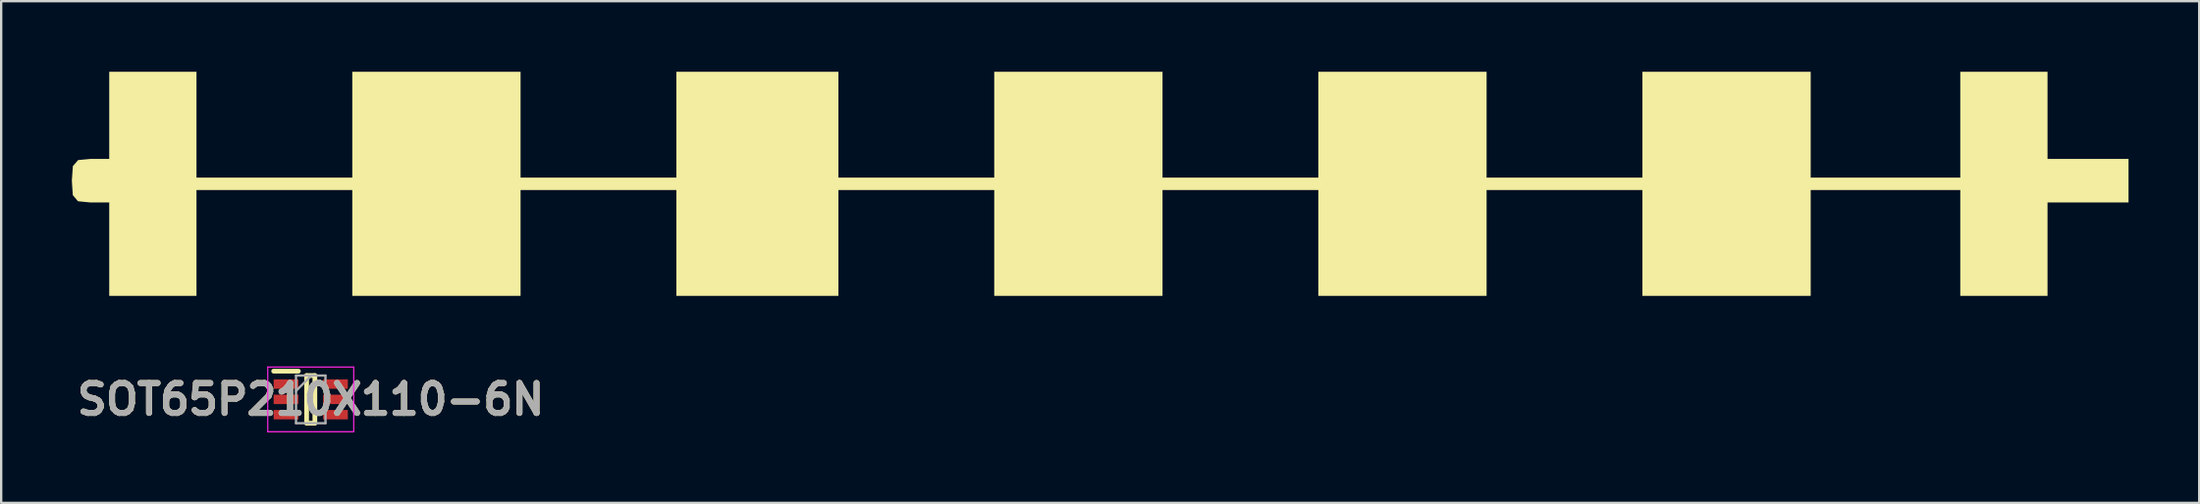
<source format=kicad_pcb>
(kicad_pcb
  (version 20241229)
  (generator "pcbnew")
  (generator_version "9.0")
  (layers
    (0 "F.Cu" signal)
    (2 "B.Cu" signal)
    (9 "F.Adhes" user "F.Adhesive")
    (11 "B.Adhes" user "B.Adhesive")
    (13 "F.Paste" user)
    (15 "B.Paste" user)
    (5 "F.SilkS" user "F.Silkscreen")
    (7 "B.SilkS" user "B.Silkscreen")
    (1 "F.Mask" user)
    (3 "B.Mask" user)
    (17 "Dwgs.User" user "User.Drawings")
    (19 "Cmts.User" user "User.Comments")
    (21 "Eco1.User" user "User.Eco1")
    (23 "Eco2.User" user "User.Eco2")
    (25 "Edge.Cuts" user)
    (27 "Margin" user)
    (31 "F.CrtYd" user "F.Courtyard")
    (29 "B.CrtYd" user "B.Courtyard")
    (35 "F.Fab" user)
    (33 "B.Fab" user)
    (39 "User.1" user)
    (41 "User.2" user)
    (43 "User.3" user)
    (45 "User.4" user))
  (footprint "SOT65P210X110-6N"
    (layer "F.Cu")
    (at 10.142 13.925)
    (property "Reference" "SOT65P210X110-6N" (at 0 0 0) (layer "F.SilkS") (effects (font (size 1.27 1.27) (thickness 0.254))))
    (attr smd)
    (fp_line (start -1.575 -1.2) (end -0.525 -1.2) (stroke (width 0.2) (type solid)) (layer "F.SilkS"))
    (fp_line (start -0.175 -1.012) (end 0.175 -1.012) (stroke (width 0.2) (type solid)) (layer "F.SilkS"))
    (fp_line (start -0.175 1.012) (end -0.175 -1.012) (stroke (width 0.2) (type solid)) (layer "F.SilkS"))
    (fp_line (start 0.175 -1.012) (end 0.175 1.012) (stroke (width 0.2) (type solid)) (layer "F.SilkS"))
    (fp_line (start 0.175 1.012) (end -0.175 1.012) (stroke (width 0.2) (type solid)) (layer "F.SilkS"))
    (fp_line (start -1.825 -1.375) (end 1.825 -1.375) (stroke (width 0.05) (type solid)) (layer "F.CrtYd"))
    (fp_line (start -1.825 1.375) (end -1.825 -1.375) (stroke (width 0.05) (type solid)) (layer "F.CrtYd"))
    (fp_line (start 1.825 -1.375) (end 1.825 1.375) (stroke (width 0.05) (type solid)) (layer "F.CrtYd"))
    (fp_line (start 1.825 1.375) (end -1.825 1.375) (stroke (width 0.05) (type solid)) (layer "F.CrtYd"))
    (fp_line (start -0.625 -1.012) (end 0.625 -1.012) (stroke (width 0.1) (type solid)) (layer "F.Fab"))
    (fp_line (start -0.625 -0.362) (end 0.025 -1.012) (stroke (width 0.1) (type solid)) (layer "F.Fab"))
    (fp_line (start -0.625 1.012) (end -0.625 -1.012) (stroke (width 0.1) (type solid)) (layer "F.Fab"))
    (fp_line (start 0.625 -1.012) (end 0.625 1.012) (stroke (width 0.1) (type solid)) (layer "F.Fab"))
    (fp_line (start 0.625 1.012) (end -0.625 1.012) (stroke (width 0.1) (type solid)) (layer "F.Fab"))
    (fp_text user "${REFERENCE}" (at 0 0 0) (layer "F.Fab") (effects (font (size 1.27 1.27) (thickness 0.254))))
    (pad "1" smd rect (at -1.05 -0.65 90) (size 0.4 1.05) (layers "F.Cu" "F.Mask" "F.Paste"))
    (pad "2" smd rect (at -1.05 0 90) (size 0.4 1.05) (layers "F.Cu" "F.Mask" "F.Paste"))
    (pad "3" smd rect (at -1.05 0.65 90) (size 0.4 1.05) (layers "F.Cu" "F.Mask" "F.Paste"))
    (pad "4" smd rect (at 1.05 0.65 90) (size 0.4 1.05) (layers "F.Cu" "F.Mask" "F.Paste"))
    (pad "5" smd rect (at 1.05 0 90) (size 0.4 1.05) (layers "F.Cu" "F.Mask" "F.Paste"))
    (pad "6" smd rect (at 1.05 -0.65 90) (size 0.4 1.05) (layers "F.Cu" "F.Mask" "F.Paste")))
  (footprint "lpf"
    (layer "F.Cu")
    (at 43.656 5.556)
    (property "Reference" "lpf" (at 0 0 0) (layer "F.SilkS") (effects (font (size 1.524 1.524) (thickness 0.3))))
    (attr board_only exclude_from_pos_files exclude_from_bom)
    (fp_poly (pts (xy -38.365 -1.058) (xy -31.75 -1.058) (xy -31.75 -5.556) (xy -24.606 -5.556) (xy -24.606 -1.058) (xy -17.992 -1.058) (xy -17.992 -5.556) (xy -11.113 -5.556) (xy -11.113 -1.058) (xy -4.498 -1.058) (xy -4.498 -5.556) (xy 2.646 -5.556) (xy 2.646 -1.058) (xy 9.26 -1.058) (xy 9.26 -5.556) (xy 16.404 -5.556) (xy 16.404 -1.058) (xy 23.019 -1.058) (xy 23.019 -5.556) (xy 30.163 -5.556) (xy 30.163 -1.058) (xy 36.513 -1.058) (xy 36.513 -5.556) (xy 40.217 -5.556) (xy 40.217 -1.852) (xy 43.656 -1.852) (xy 43.656 0) (xy 40.217 0) (xy 40.217 3.969) (xy 36.513 3.969) (xy 36.513 -0.529) (xy 30.163 -0.529) (xy 30.163 3.969) (xy 23.019 3.969) (xy 23.019 -0.529) (xy 16.404 -0.529) (xy 16.404 3.969) (xy 9.26 3.969) (xy 9.26 -0.529) (xy 2.646 -0.529) (xy 2.646 3.969) (xy -4.498 3.969) (xy -4.498 -0.529) (xy -11.113 -0.529) (xy -11.113 3.969) (xy -17.992 3.969) (xy -17.992 -0.529) (xy -24.606 -0.529) (xy -24.606 3.969) (xy -31.75 3.969) (xy -31.75 -0.529) (xy -38.365 -0.529) (xy -38.365 3.969) (xy -42.069 3.969) (xy -42.069 0) (xy -42.862 0) (xy -43.396 -0.052) (xy -43.615 -0.313) (xy -43.656 -0.926) (xy -43.612 -1.548) (xy -43.388 -1.803) (xy -42.862 -1.852) (xy -42.069 -1.852) (xy -42.069 -5.556) (xy -38.365 -5.556)) (stroke (width 0) (type solid)) (fill yes) (layer "F.SilkS")))
  (gr_rect
    (start -3 -3)
    (end 90.312 18.325)
    (stroke (width 0.1) (type default))
    (fill no)
    (layer "Edge.Cuts")))
</source>
